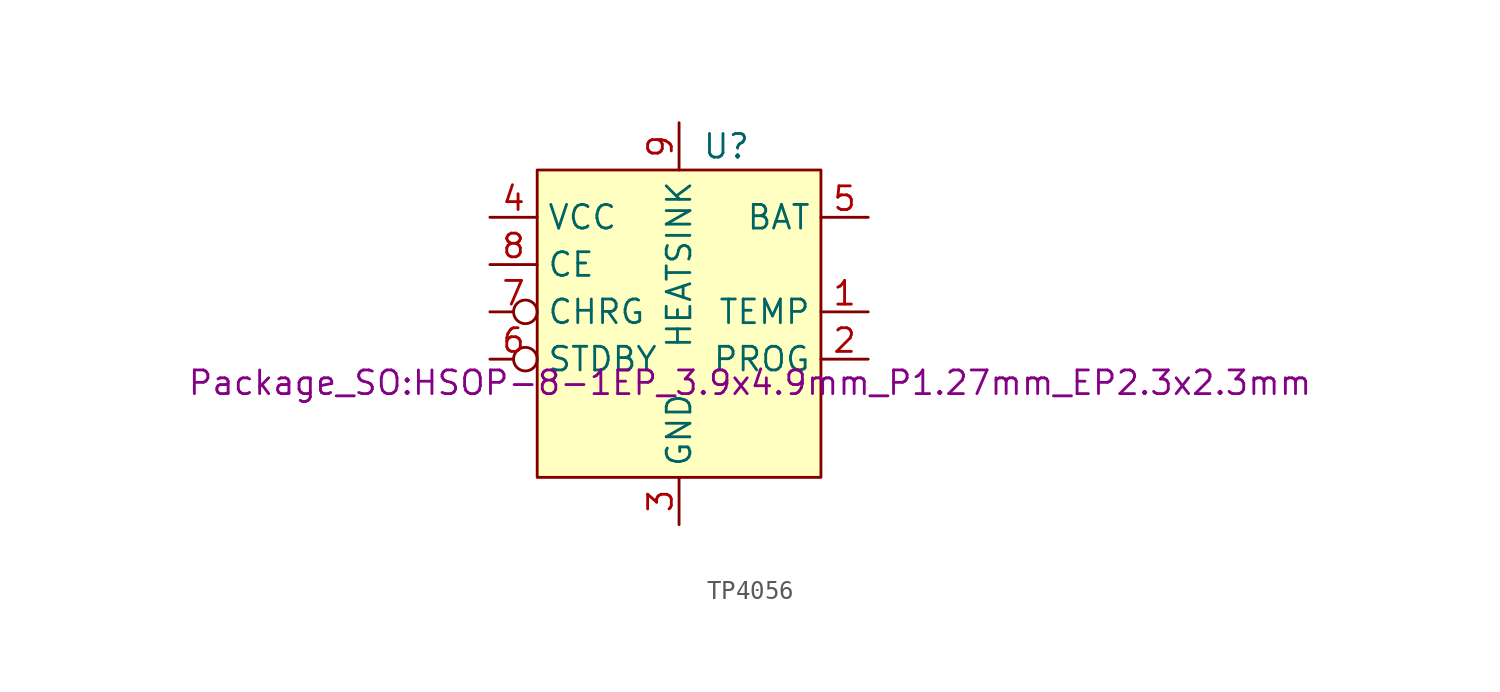
<source format=kicad_sym>
(kicad_symbol_lib
  (version 20220914)
  (generator kicad_symbol_editor)
  (symbol "TP4056"
    (property "Reference" "U"
      (at -1.27 12.7 0)
      (effects (font (size 1.27 1.27))))
    (property "Value" ""
      (at 0 0 0)
      (effects (font (size 1.27 1.27))))
    (property "Footprint" "Package_SO:HSOP-8-1EP_3.9x4.9mm_P1.27mm_EP2.3x2.3mm"
      (at 0 0 0)
      (effects (font (size 1.27 1.27))))
    (symbol "TP4056_1_1"
      (rectangle (start -11.43 11.43) (end 3.81 -5.08) (stroke (width 0) (type default)) (fill (type background)))
      (pin input line (at 6.35 3.81 180) (length 2.54) (name "TEMP" (effects (font (size 1.27 1.27)))) (number "1" (effects (font (size 1.27 1.27)))))
      (pin input line (at 6.35 1.27 180) (length 2.54) (name "PROG" (effects (font (size 1.27 1.27)))) (number "2" (effects (font (size 1.27 1.27)))))
      (pin input line (at -3.81 -7.62 90) (length 2.54) (name "GND" (effects (font (size 1.27 1.27)))) (number "3" (effects (font (size 1.27 1.27)))))
      (pin power_in line (at -13.97 8.89 0) (length 2.54) (name "VCC" (effects (font (size 1.27 1.27)))) (number "4" (effects (font (size 1.27 1.27)))))
      (pin power_out line (at 6.35 8.89 180) (length 2.54) (name "BAT" (effects (font (size 1.27 1.27)))) (number "5" (effects (font (size 1.27 1.27)))))
      (pin output inverted (at -13.97 1.27 0) (length 2.54) (name "STDBY" (effects (font (size 1.27 1.27)))) (number "6" (effects (font (size 1.27 1.27)))))
      (pin output inverted (at -13.97 3.81 0) (length 2.54) (name "CHRG" (effects (font (size 1.27 1.27)))) (number "7" (effects (font (size 1.27 1.27)))))
      (pin input line (at -13.97 6.35 0) (length 2.54) (name "CE" (effects (font (size 1.27 1.27)))) (number "8" (effects (font (size 1.27 1.27)))))
      (pin passive line (at -3.81 13.97 270) (length 2.54) (name "HEATSINK" (effects (font (size 1.27 1.27)))) (number "9" (effects (font (size 1.27 1.27))))))))
</source>
